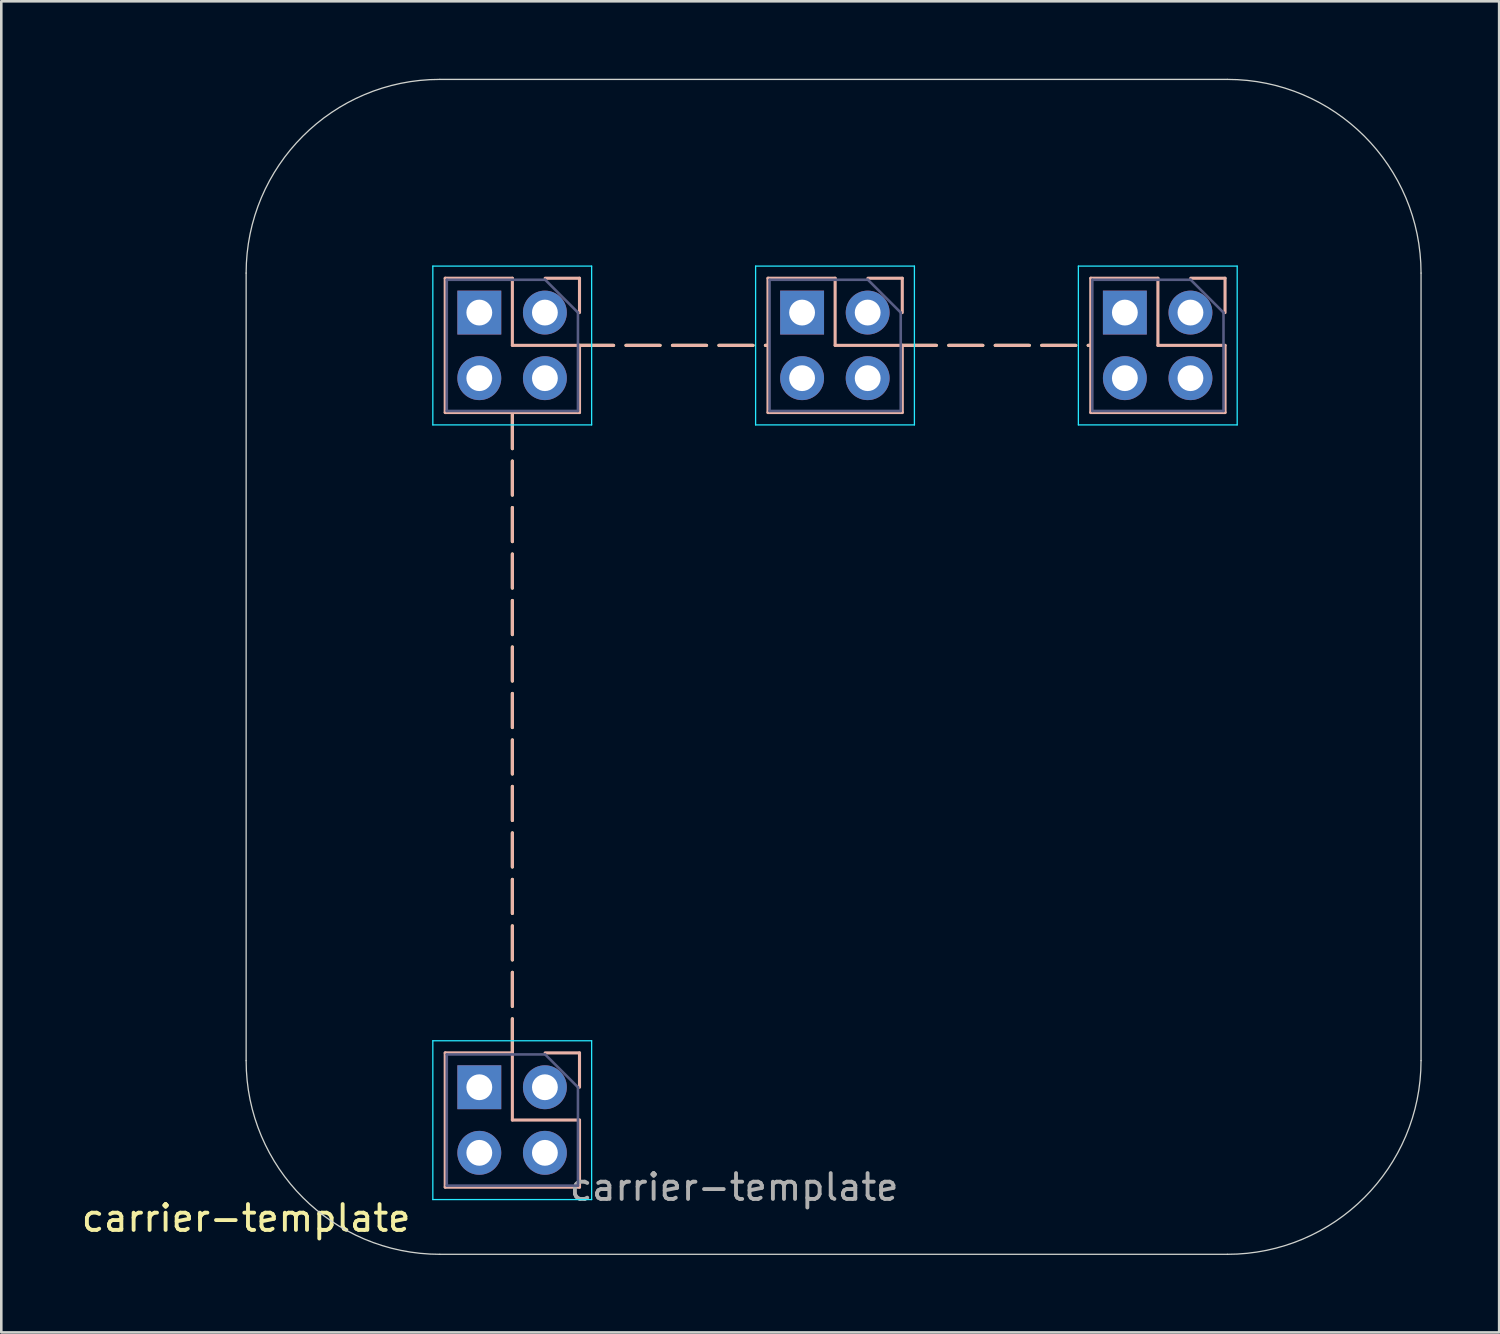
<source format=kicad_pcb>
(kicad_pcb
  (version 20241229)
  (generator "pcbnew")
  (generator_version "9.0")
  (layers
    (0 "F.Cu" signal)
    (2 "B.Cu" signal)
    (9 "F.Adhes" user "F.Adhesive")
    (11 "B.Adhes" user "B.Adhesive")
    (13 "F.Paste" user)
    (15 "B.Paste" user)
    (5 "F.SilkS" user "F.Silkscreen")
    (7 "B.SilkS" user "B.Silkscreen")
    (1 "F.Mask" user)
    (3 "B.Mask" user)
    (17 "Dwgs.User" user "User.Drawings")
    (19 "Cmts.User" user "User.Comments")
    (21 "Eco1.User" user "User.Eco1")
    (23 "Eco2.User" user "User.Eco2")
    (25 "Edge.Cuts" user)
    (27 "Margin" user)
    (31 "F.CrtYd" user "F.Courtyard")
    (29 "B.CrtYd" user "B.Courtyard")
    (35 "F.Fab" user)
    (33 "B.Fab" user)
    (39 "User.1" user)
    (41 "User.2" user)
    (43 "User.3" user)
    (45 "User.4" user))
  (footprint "carrier-template"
    (layer "F.Cu")
    (at 6.482 44.625)
    (property "Reference" "carrier-template" (at 0 -0.5 0) (unlocked yes) (layer "F.SilkS") (effects (font (size 1 1) (thickness 0.15))))
    (attr smd)
    (fp_line (start 10.31 -6.9) (end 10.31 -31.7) (stroke (width 0.12) (type dash)) (layer "F.SilkS"))
    (fp_line (start 12.91 -34.3) (end 20.21 -34.3) (stroke (width 0.12) (type dash)) (layer "F.SilkS"))
    (fp_line (start 25.41 -34.3) (end 32.71 -34.3) (stroke (width 0.12) (type dash)) (layer "F.SilkS"))
    (fp_line (start 7.71 -36.9) (end 7.71 -31.7) (stroke (width 0.12) (type solid)) (layer "B.SilkS"))
    (fp_line (start 7.71 -6.9) (end 7.71 -1.7) (stroke (width 0.12) (type solid)) (layer "B.SilkS"))
    (fp_line (start 10.31 -36.9) (end 7.71 -36.9) (stroke (width 0.12) (type solid)) (layer "B.SilkS"))
    (fp_line (start 10.31 -34.3) (end 10.31 -36.9) (stroke (width 0.12) (type solid)) (layer "B.SilkS"))
    (fp_line (start 10.31 -6.9) (end 7.71 -6.9) (stroke (width 0.12) (type solid)) (layer "B.SilkS"))
    (fp_line (start 10.31 -6.9) (end 10.31 -31.7) (stroke (width 0.12) (type dash)) (layer "B.SilkS"))
    (fp_line (start 10.31 -4.3) (end 10.31 -6.9) (stroke (width 0.12) (type solid)) (layer "B.SilkS"))
    (fp_line (start 12.91 -36.9) (end 11.58 -36.9) (stroke (width 0.12) (type solid)) (layer "B.SilkS"))
    (fp_line (start 12.91 -35.57) (end 12.91 -36.9) (stroke (width 0.12) (type solid)) (layer "B.SilkS"))
    (fp_line (start 12.91 -34.3) (end 10.31 -34.3) (stroke (width 0.12) (type solid)) (layer "B.SilkS"))
    (fp_line (start 12.91 -34.3) (end 12.91 -31.7) (stroke (width 0.12) (type solid)) (layer "B.SilkS"))
    (fp_line (start 12.91 -34.3) (end 20.21 -34.3) (stroke (width 0.12) (type dash)) (layer "B.SilkS"))
    (fp_line (start 12.91 -31.7) (end 7.71 -31.7) (stroke (width 0.12) (type solid)) (layer "B.SilkS"))
    (fp_line (start 12.91 -6.9) (end 11.58 -6.9) (stroke (width 0.12) (type solid)) (layer "B.SilkS"))
    (fp_line (start 12.91 -5.57) (end 12.91 -6.9) (stroke (width 0.12) (type solid)) (layer "B.SilkS"))
    (fp_line (start 12.91 -4.3) (end 10.31 -4.3) (stroke (width 0.12) (type solid)) (layer "B.SilkS"))
    (fp_line (start 12.91 -4.3) (end 12.91 -1.7) (stroke (width 0.12) (type solid)) (layer "B.SilkS"))
    (fp_line (start 12.91 -1.7) (end 7.71 -1.7) (stroke (width 0.12) (type solid)) (layer "B.SilkS"))
    (fp_line (start 20.21 -36.9) (end 20.21 -31.7) (stroke (width 0.12) (type solid)) (layer "B.SilkS"))
    (fp_line (start 22.81 -36.9) (end 20.21 -36.9) (stroke (width 0.12) (type solid)) (layer "B.SilkS"))
    (fp_line (start 22.81 -34.3) (end 22.81 -36.9) (stroke (width 0.12) (type solid)) (layer "B.SilkS"))
    (fp_line (start 25.41 -36.9) (end 24.08 -36.9) (stroke (width 0.12) (type solid)) (layer "B.SilkS"))
    (fp_line (start 25.41 -35.57) (end 25.41 -36.9) (stroke (width 0.12) (type solid)) (layer "B.SilkS"))
    (fp_line (start 25.41 -34.3) (end 22.81 -34.3) (stroke (width 0.12) (type solid)) (layer "B.SilkS"))
    (fp_line (start 25.41 -34.3) (end 25.41 -31.7) (stroke (width 0.12) (type solid)) (layer "B.SilkS"))
    (fp_line (start 25.41 -34.3) (end 32.71 -34.3) (stroke (width 0.12) (type dash)) (layer "B.SilkS"))
    (fp_line (start 25.41 -31.7) (end 20.21 -31.7) (stroke (width 0.12) (type solid)) (layer "B.SilkS"))
    (fp_line (start 32.71 -36.9) (end 32.71 -31.7) (stroke (width 0.12) (type solid)) (layer "B.SilkS"))
    (fp_line (start 35.31 -36.9) (end 32.71 -36.9) (stroke (width 0.12) (type solid)) (layer "B.SilkS"))
    (fp_line (start 35.31 -34.3) (end 35.31 -36.9) (stroke (width 0.12) (type solid)) (layer "B.SilkS"))
    (fp_line (start 37.91 -36.9) (end 36.58 -36.9) (stroke (width 0.12) (type solid)) (layer "B.SilkS"))
    (fp_line (start 37.91 -35.57) (end 37.91 -36.9) (stroke (width 0.12) (type solid)) (layer "B.SilkS"))
    (fp_line (start 37.91 -34.3) (end 35.31 -34.3) (stroke (width 0.12) (type solid)) (layer "B.SilkS"))
    (fp_line (start 37.91 -34.3) (end 37.91 -31.7) (stroke (width 0.12) (type solid)) (layer "B.SilkS"))
    (fp_line (start 37.91 -31.7) (end 32.71 -31.7) (stroke (width 0.12) (type solid)) (layer "B.SilkS"))
    (fp_line (start 0 -6.6) (end 0 -37.1) (stroke (width 0.05) (type solid)) (layer "Edge.Cuts"))
    (fp_line (start 7.5 -44.6) (end 38 -44.6) (stroke (width 0.05) (type solid)) (layer "Edge.Cuts"))
    (fp_line (start 38 0.9) (end 7.5 0.9) (stroke (width 0.05) (type solid)) (layer "Edge.Cuts"))
    (fp_line (start 45.5 -37.1) (end 45.5 -6.6) (stroke (width 0.05) (type solid)) (layer "Edge.Cuts"))
    (fp_arc (start 0 -37.1) (mid 2.196699 -42.403301) (end 7.5 -44.6) (stroke (width 0.05) (type solid)) (layer "Edge.Cuts"))
    (fp_arc (start 7.5 0.9) (mid 2.196699 -1.296699) (end 0 -6.6) (stroke (width 0.05) (type solid)) (layer "Edge.Cuts"))
    (fp_arc (start 38 -44.6) (mid 43.303301 -42.403301) (end 45.5 -37.1) (stroke (width 0.05) (type solid)) (layer "Edge.Cuts"))
    (fp_arc (start 45.5 -6.6) (mid 43.303301 -1.296699) (end 38 0.9) (stroke (width 0.05) (type solid)) (layer "Edge.Cuts"))
    (fp_line (start 7.23 -37.37) (end 13.38 -37.37) (stroke (width 0.05) (type solid)) (layer "B.CrtYd"))
    (fp_line (start 7.23 -31.22) (end 7.23 -37.37) (stroke (width 0.05) (type solid)) (layer "B.CrtYd"))
    (fp_line (start 7.23 -7.37) (end 13.38 -7.37) (stroke (width 0.05) (type solid)) (layer "B.CrtYd"))
    (fp_line (start 7.23 -1.22) (end 7.23 -7.37) (stroke (width 0.05) (type solid)) (layer "B.CrtYd"))
    (fp_line (start 13.38 -37.37) (end 13.38 -31.22) (stroke (width 0.05) (type solid)) (layer "B.CrtYd"))
    (fp_line (start 13.38 -31.22) (end 7.23 -31.22) (stroke (width 0.05) (type solid)) (layer "B.CrtYd"))
    (fp_line (start 13.38 -7.37) (end 13.38 -1.22) (stroke (width 0.05) (type solid)) (layer "B.CrtYd"))
    (fp_line (start 13.38 -1.22) (end 7.23 -1.22) (stroke (width 0.05) (type solid)) (layer "B.CrtYd"))
    (fp_line (start 19.73 -37.37) (end 25.88 -37.37) (stroke (width 0.05) (type solid)) (layer "B.CrtYd"))
    (fp_line (start 19.73 -31.22) (end 19.73 -37.37) (stroke (width 0.05) (type solid)) (layer "B.CrtYd"))
    (fp_line (start 25.88 -37.37) (end 25.88 -31.22) (stroke (width 0.05) (type solid)) (layer "B.CrtYd"))
    (fp_line (start 25.88 -31.22) (end 19.73 -31.22) (stroke (width 0.05) (type solid)) (layer "B.CrtYd"))
    (fp_line (start 32.23 -37.37) (end 38.38 -37.37) (stroke (width 0.05) (type solid)) (layer "B.CrtYd"))
    (fp_line (start 32.23 -31.22) (end 32.23 -37.37) (stroke (width 0.05) (type solid)) (layer "B.CrtYd"))
    (fp_line (start 38.38 -37.37) (end 38.38 -31.22) (stroke (width 0.05) (type solid)) (layer "B.CrtYd"))
    (fp_line (start 38.38 -31.22) (end 32.23 -31.22) (stroke (width 0.05) (type solid)) (layer "B.CrtYd"))
    (fp_line (start 7.77 -36.84) (end 7.77 -31.76) (stroke (width 0.1) (type solid)) (layer "B.Fab"))
    (fp_line (start 7.77 -31.76) (end 12.85 -31.76) (stroke (width 0.1) (type solid)) (layer "B.Fab"))
    (fp_line (start 7.77 -6.84) (end 7.77 -1.76) (stroke (width 0.1) (type solid)) (layer "B.Fab"))
    (fp_line (start 7.77 -1.76) (end 12.85 -1.76) (stroke (width 0.1) (type solid)) (layer "B.Fab"))
    (fp_line (start 11.58 -36.84) (end 7.77 -36.84) (stroke (width 0.1) (type solid)) (layer "B.Fab"))
    (fp_line (start 11.58 -6.84) (end 7.77 -6.84) (stroke (width 0.1) (type solid)) (layer "B.Fab"))
    (fp_line (start 12.85 -35.57) (end 11.58 -36.84) (stroke (width 0.1) (type solid)) (layer "B.Fab"))
    (fp_line (start 12.85 -31.76) (end 12.85 -35.57) (stroke (width 0.1) (type solid)) (layer "B.Fab"))
    (fp_line (start 12.85 -5.57) (end 11.58 -6.84) (stroke (width 0.1) (type solid)) (layer "B.Fab"))
    (fp_line (start 12.85 -1.76) (end 12.85 -5.57) (stroke (width 0.1) (type solid)) (layer "B.Fab"))
    (fp_line (start 20.27 -36.84) (end 20.27 -31.76) (stroke (width 0.1) (type solid)) (layer "B.Fab"))
    (fp_line (start 20.27 -31.76) (end 25.35 -31.76) (stroke (width 0.1) (type solid)) (layer "B.Fab"))
    (fp_line (start 24.08 -36.84) (end 20.27 -36.84) (stroke (width 0.1) (type solid)) (layer "B.Fab"))
    (fp_line (start 25.35 -35.57) (end 24.08 -36.84) (stroke (width 0.1) (type solid)) (layer "B.Fab"))
    (fp_line (start 25.35 -31.76) (end 25.35 -35.57) (stroke (width 0.1) (type solid)) (layer "B.Fab"))
    (fp_line (start 32.77 -36.84) (end 32.77 -31.76) (stroke (width 0.1) (type solid)) (layer "B.Fab"))
    (fp_line (start 32.77 -31.76) (end 37.85 -31.76) (stroke (width 0.1) (type solid)) (layer "B.Fab"))
    (fp_line (start 36.58 -36.84) (end 32.77 -36.84) (stroke (width 0.1) (type solid)) (layer "B.Fab"))
    (fp_line (start 37.85 -35.57) (end 36.58 -36.84) (stroke (width 0.1) (type solid)) (layer "B.Fab"))
    (fp_line (start 37.85 -31.76) (end 37.85 -35.57) (stroke (width 0.1) (type solid)) (layer "B.Fab"))
    (fp_line (start 10.25 -35.65) (end 10.25 -33.014) (stroke (width 0.05) (type solid)) (layer "User.2"))
    (fp_line (start 10.25 -5.699) (end 10.25 -3.063) (stroke (width 0.05) (type solid)) (layer "User.2"))
    (fp_line (start 11.567 -4.35) (end 8.813 -4.35) (stroke (width 0.05) (type solid)) (layer "User.2"))
    (fp_line (start 11.718 -34.35) (end 8.964 -34.35) (stroke (width 0.05) (type solid)) (layer "User.2"))
    (fp_line (start 21.537 -21.85) (end 24.03 -21.85) (stroke (width 0.05) (type solid)) (layer "User.2"))
    (fp_line (start 22.75 -35.764) (end 22.75 -33.129) (stroke (width 0.05) (type solid)) (layer "User.2"))
    (fp_line (start 22.75 -23.079) (end 22.75 -20.562) (stroke (width 0.05) (type solid)) (layer "User.2"))
    (fp_line (start 24.232 -34.35) (end 21.479 -34.35) (stroke (width 0.05) (type solid)) (layer "User.2"))
    (fp_line (start 35.25 -35.764) (end 35.25 -33.129) (stroke (width 0.05) (type solid)) (layer "User.2"))
    (fp_line (start 36.549 -34.35) (end 33.796 -34.35) (stroke (width 0.05) (type solid)) (layer "User.2"))
    (fp_circle (center 10.25 -34.35) (end 9.25 -34.35) (stroke (width 0.05) (type solid)) (fill no) (layer "User.2"))
    (fp_circle (center 10.25 -4.35) (end 9.25 -4.35) (stroke (width 0.05) (type solid)) (fill no) (layer "User.2"))
    (fp_circle (center 22.75 -34.35) (end 21.75 -34.35) (stroke (width 0.05) (type solid)) (fill no) (layer "User.2"))
    (fp_circle (center 22.75 -21.85) (end 21.75 -21.85) (stroke (width 0.05) (type solid)) (fill no) (layer "User.2"))
    (fp_circle (center 35.25 -34.35) (end 34.25 -34.35) (stroke (width 0.05) (type solid)) (fill no) (layer "User.2"))
    (fp_text user "${REFERENCE}" (at 18.9 -1.7 0) (unlocked yes) (layer "F.Fab") (effects (font (size 1 1) (thickness 0.15))))
    (pad "1" thru_hole rect (at 9.03 -5.57) (size 1.7 1.7) (drill 1) (layers "*.Cu" "*.Mask"))
    (pad "2" thru_hole oval (at 11.57 -5.57) (size 1.7 1.7) (drill 1) (layers "*.Cu" "*.Mask"))
    (pad "3" thru_hole oval (at 9.03 -3.03) (size 1.7 1.7) (drill 1) (layers "*.Cu" "*.Mask"))
    (pad "4" thru_hole oval (at 11.57 -3.03) (size 1.7 1.7) (drill 1) (layers "*.Cu" "*.Mask"))
    (pad "5" thru_hole rect (at 9.03 -35.57) (size 1.7 1.7) (drill 1) (layers "*.Cu" "*.Mask"))
    (pad "6" thru_hole oval (at 11.57 -35.57) (size 1.7 1.7) (drill 1) (layers "*.Cu" "*.Mask"))
    (pad "7" thru_hole oval (at 9.03 -33.03) (size 1.7 1.7) (drill 1) (layers "*.Cu" "*.Mask"))
    (pad "8" thru_hole oval (at 11.57 -33.03) (size 1.7 1.7) (drill 1) (layers "*.Cu" "*.Mask"))
    (pad "9" thru_hole rect (at 21.53 -35.57) (size 1.7 1.7) (drill 1) (layers "*.Cu" "*.Mask"))
    (pad "10" thru_hole oval (at 24.07 -35.57) (size 1.7 1.7) (drill 1) (layers "*.Cu" "*.Mask"))
    (pad "11" thru_hole oval (at 21.53 -33.03) (size 1.7 1.7) (drill 1) (layers "*.Cu" "*.Mask"))
    (pad "12" thru_hole oval (at 24.07 -33.03) (size 1.7 1.7) (drill 1) (layers "*.Cu" "*.Mask"))
    (pad "13" thru_hole rect (at 34.03 -35.57) (size 1.7 1.7) (drill 1) (layers "*.Cu" "*.Mask"))
    (pad "14" thru_hole oval (at 36.57 -35.57) (size 1.7 1.7) (drill 1) (layers "*.Cu" "*.Mask"))
    (pad "15" thru_hole oval (at 34.03 -33.03) (size 1.7 1.7) (drill 1) (layers "*.Cu" "*.Mask"))
    (pad "16" thru_hole oval (at 36.57 -33.03) (size 1.7 1.7) (drill 1) (layers "*.Cu" "*.Mask")))
  (gr_rect
    (start -3 -3)
    (end 55.007 48.55)
    (stroke (width 0.1) (type default))
    (fill no)
    (layer "Edge.Cuts")))
</source>
